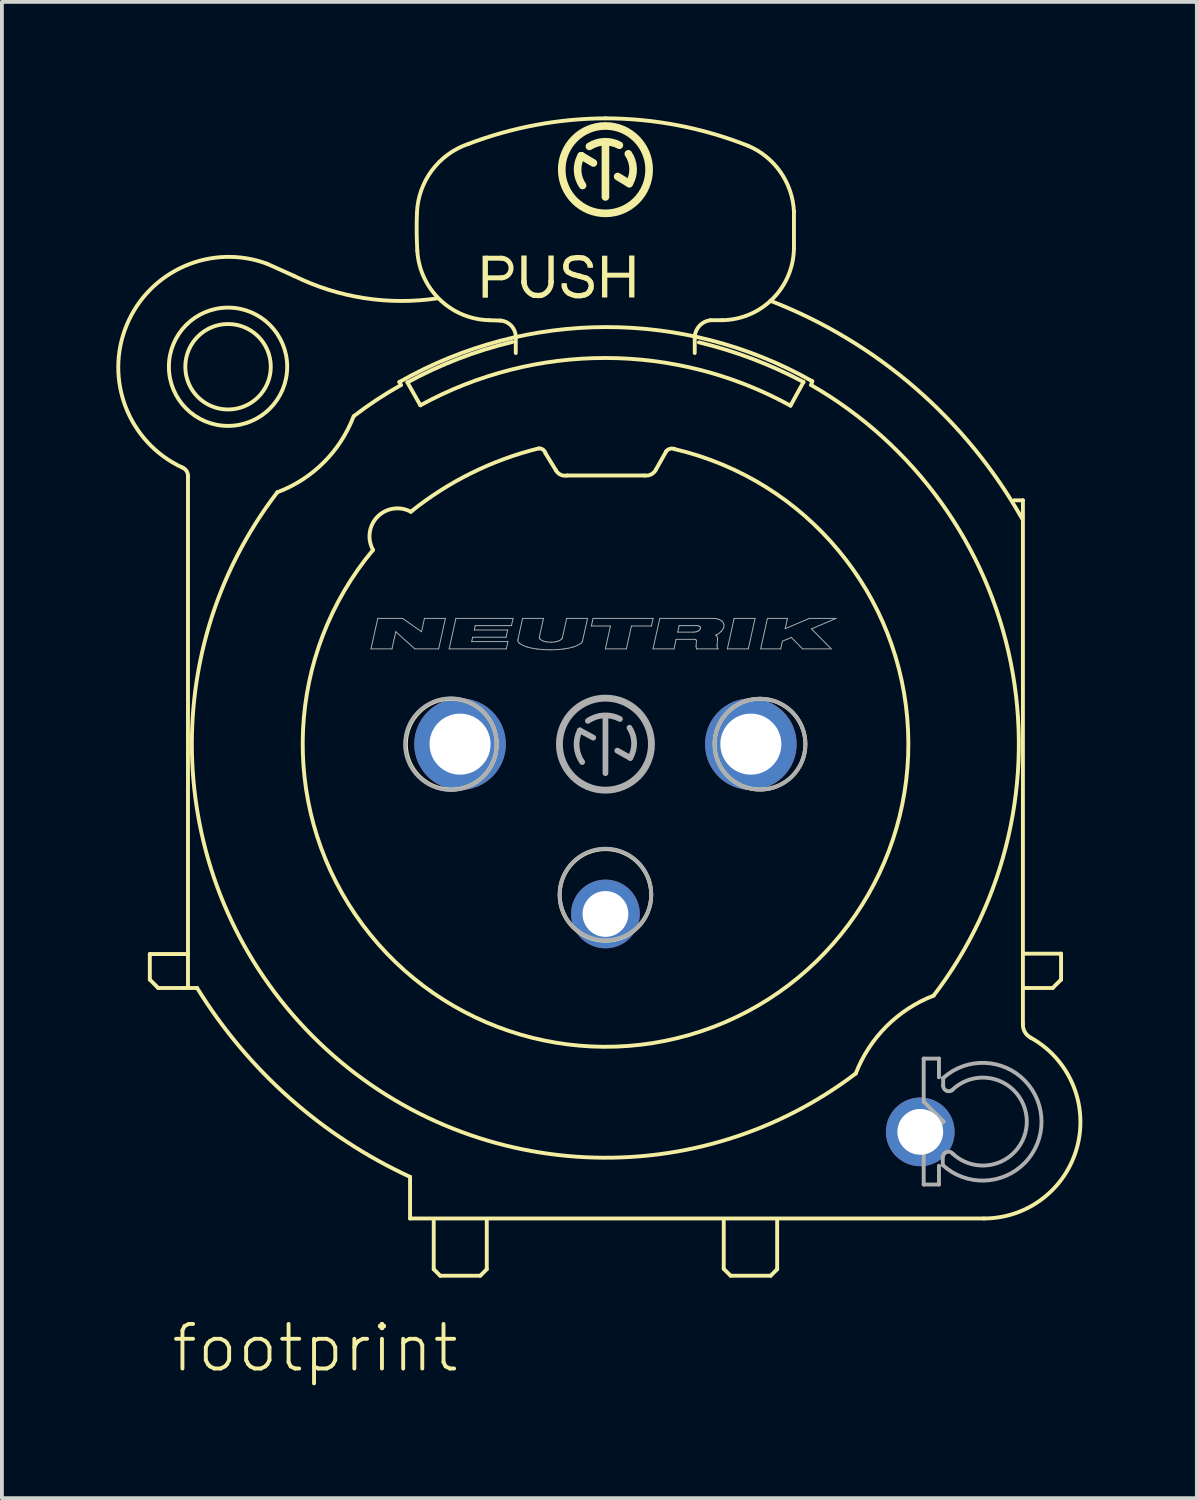
<source format=kicad_pcb>
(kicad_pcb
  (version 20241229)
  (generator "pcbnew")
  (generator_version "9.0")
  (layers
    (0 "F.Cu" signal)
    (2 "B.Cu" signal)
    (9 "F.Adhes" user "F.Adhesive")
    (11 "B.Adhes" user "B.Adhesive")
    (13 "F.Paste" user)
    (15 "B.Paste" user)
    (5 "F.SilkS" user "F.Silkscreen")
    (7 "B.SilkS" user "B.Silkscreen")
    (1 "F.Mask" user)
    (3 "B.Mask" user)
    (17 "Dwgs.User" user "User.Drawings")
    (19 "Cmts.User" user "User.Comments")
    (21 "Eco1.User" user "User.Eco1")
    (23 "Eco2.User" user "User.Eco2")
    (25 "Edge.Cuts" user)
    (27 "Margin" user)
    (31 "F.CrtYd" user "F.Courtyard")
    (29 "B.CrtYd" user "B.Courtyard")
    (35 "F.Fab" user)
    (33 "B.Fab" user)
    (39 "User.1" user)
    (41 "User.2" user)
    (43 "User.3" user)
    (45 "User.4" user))
  (footprint "footprint"
    (layer "F.Cu")
    (at 12.816 16.451)
    (property "Reference" "footprint" (at -11.43 16.51 0) (layer "F.SilkS") (effects (font (size 1.168 1.168) (thickness 0.102)) (justify left bottom)))
    (fp_line (start -11.94 5.5) (end -10.94 5.5) (stroke (width 0.102) (type solid)) (layer "F.SilkS"))
    (fp_line (start -11.94 6.17) (end -11.94 5.5) (stroke (width 0.102) (type solid)) (layer "F.SilkS"))
    (fp_line (start -11.72 6.39) (end -11.94 6.17) (stroke (width 0.102) (type solid)) (layer "F.SilkS"))
    (fp_line (start -11.05 6.39) (end -11.72 6.39) (stroke (width 0.102) (type solid)) (layer "F.SilkS"))
    (fp_line (start -11.05 6.39) (end -10.7 6.39) (stroke (width 0.102) (type solid)) (layer "F.SilkS"))
    (fp_line (start -11.04 6.39) (end -11.05 6.39) (stroke (width 0.102) (type solid)) (layer "F.SilkS"))
    (fp_line (start -10.94 5.5) (end -10.94 -7.03) (stroke (width 0.102) (type solid)) (layer "F.SilkS"))
    (fp_line (start -10.94 6.35) (end -10.94 5.52) (stroke (width 0.102) (type solid)) (layer "F.SilkS"))
    (fp_line (start -5.4 -9.49) (end -5.36 -9.41) (stroke (width 0.102) (type solid)) (layer "F.SilkS"))
    (fp_line (start -5.19 -9.48) (end -4.85 -8.88) (stroke (width 0.102) (type solid)) (layer "F.SilkS"))
    (fp_line (start -5.12 11.34) (end -5.12 12.43) (stroke (width 0.102) (type solid)) (layer "F.SilkS"))
    (fp_line (start -5.12 12.43) (end 9.92 12.43) (stroke (width 0.102) (type solid)) (layer "F.SilkS"))
    (fp_line (start -4.5 12.49) (end -4.5 13.76) (stroke (width 0.102) (type solid)) (layer "F.SilkS"))
    (fp_line (start -4.5 13.76) (end -4.33 13.93) (stroke (width 0.102) (type solid)) (layer "F.SilkS"))
    (fp_line (start -4.33 13.93) (end -3.28 13.93) (stroke (width 0.102) (type solid)) (layer "F.SilkS"))
    (fp_line (start -3.28 13.93) (end -3.11 13.76) (stroke (width 0.102) (type solid)) (layer "F.SilkS"))
    (fp_line (start -3.13 -12.735) (end -2.73 -12.735) (stroke (width 0.13) (type solid)) (layer "F.SilkS"))
    (fp_line (start -3.11 13.76) (end -3.11 12.47) (stroke (width 0.102) (type solid)) (layer "F.SilkS"))
    (fp_line (start -2.75 -11.1) (end -3.06 -11.11) (stroke (width 0.102) (type solid)) (layer "F.SilkS"))
    (fp_line (start -2.72 -12.22) (end -3.11 -12.22) (stroke (width 0.13) (type solid)) (layer "F.SilkS"))
    (fp_line (start -2.35 -10.25) (end -2.35 -10.67) (stroke (width 0.102) (type solid)) (layer "F.SilkS"))
    (fp_line (start -1.3 -7.18) (end -1.57 -7.62) (stroke (width 0.102) (type solid)) (layer "F.SilkS"))
    (fp_line (start -1.08 -12.01) (end -1.075 -11.985) (stroke (width 0.14) (type solid)) (layer "F.SilkS"))
    (fp_line (start -0.315 -15.23) (end -0.635 -15.42) (stroke (width 0.2) (type solid)) (layer "F.SilkS"))
    (fp_line (start 0 -14.34) (end 0 -15.73) (stroke (width 0.2) (type solid)) (layer "F.SilkS"))
    (fp_line (start 0.32 -14.875) (end 0.625 -14.69) (stroke (width 0.2) (type solid)) (layer "F.SilkS"))
    (fp_line (start 1.03 -7.04) (end -1.01 -7.04) (stroke (width 0.102) (type solid)) (layer "F.SilkS"))
    (fp_line (start 1.59 -7.67) (end 1.32 -7.19) (stroke (width 0.102) (type solid)) (layer "F.SilkS"))
    (fp_line (start 3.1 12.49) (end 3.1 13.75) (stroke (width 0.102) (type solid)) (layer "F.SilkS"))
    (fp_line (start 3.1 13.75) (end 3.28 13.93) (stroke (width 0.102) (type solid)) (layer "F.SilkS"))
    (fp_line (start 3.28 13.93) (end 4.33 13.93) (stroke (width 0.102) (type solid)) (layer "F.SilkS"))
    (fp_line (start 4.33 13.93) (end 4.5 13.76) (stroke (width 0.102) (type solid)) (layer "F.SilkS"))
    (fp_line (start 4.5 13.76) (end 4.5 12.48) (stroke (width 0.102) (type solid)) (layer "F.SilkS"))
    (fp_line (start 4.85 -8.87) (end 5.19 -9.49) (stroke (width 0.102) (type solid)) (layer "F.SilkS"))
    (fp_line (start 4.94 -13.96) (end 4.94 -13) (stroke (width 0.102) (type solid)) (layer "F.SilkS"))
    (fp_line (start 5.39 -9.41) (end 5.42 -9.51) (stroke (width 0.102) (type solid)) (layer "F.SilkS"))
    (fp_line (start 10.94 -6.39) (end 10.71 -6.39) (stroke (width 0.102) (type solid)) (layer "F.SilkS"))
    (fp_line (start 10.94 7.33) (end 10.94 -6.39) (stroke (width 0.102) (type solid)) (layer "F.SilkS"))
    (fp_line (start 10.99 6.39) (end 11.72 6.39) (stroke (width 0.102) (type solid)) (layer "F.SilkS"))
    (fp_line (start 11.72 6.39) (end 11.94 6.17) (stroke (width 0.102) (type solid)) (layer "F.SilkS"))
    (fp_line (start 11.94 5.49) (end 10.99 5.49) (stroke (width 0.102) (type solid)) (layer "F.SilkS"))
    (fp_line (start 11.94 6.17) (end 11.94 5.49) (stroke (width 0.102) (type solid)) (layer "F.SilkS"))
    (fp_arc (start -11.090001 -7.25) (mid -10.981063 -7.163139) (end -10.94 -7.03) (stroke (width 0.1016) (type solid)) (layer "F.SilkS"))
    (fp_arc (start -11.09 -7.25) (mid -12.543512 -10.985729) (end -8.87 -12.59) (stroke (width 0.1016) (type solid)) (layer "F.SilkS"))
    (fp_arc (start -8.87 -12.59) (mid -8.514255 -12.431652) (end -8.16 -12.27) (stroke (width 0.1016) (type solid)) (layer "F.SilkS"))
    (fp_arc (start -6.6 -8.589999) (mid -7.385857 -7.37978) (end -8.6 -6.6) (stroke (width 0.1016) (type solid)) (layer "F.SilkS"))
    (fp_arc (start -6.59 -8.6) (mid -5.989419 -9.026896) (end -5.36 -9.41) (stroke (width 0.1016) (type solid)) (layer "F.SilkS"))
    (fp_arc (start -6.09 -5.09) (mid -5.970889 -5.96213) (end -5.1 -6.09) (stroke (width 0.1016) (type solid)) (layer "F.SilkS"))
    (fp_arc (start -5.4 -9.49) (mid 0.007357 -10.929608) (end 5.42 -9.51) (stroke (width 0.1016) (type solid)) (layer "F.SilkS"))
    (fp_arc (start -5.19 -9.48) (mid -3.849732 -10.100106) (end -2.44 -10.54) (stroke (width 0.1016) (type solid)) (layer "F.SilkS"))
    (fp_arc (start -5.120001 11.34) (mid -8.274839 9.276272) (end -10.7 6.39) (stroke (width 0.1016) (type solid)) (layer "F.SilkS"))
    (fp_arc (start -5.1 -6.09) (mid -3.515654 -7.102947) (end -1.75 -7.75) (stroke (width 0.1016) (type solid)) (layer "F.SilkS"))
    (fp_arc (start -4.94 -13.91) (mid -4.550179 -15.031535) (end -3.589998 -15.73) (stroke (width 0.1016) (type solid)) (layer "F.SilkS"))
    (fp_arc (start -4.93 -12.93) (mid -4.946992 -13.419878) (end -4.94 -13.91) (stroke (width 0.1016) (type solid)) (layer "F.SilkS"))
    (fp_arc (start -4.85 -8.88) (mid 0.001283 -10.119665) (end 4.850001 -8.870001) (stroke (width 0.1016) (type solid)) (layer "F.SilkS"))
    (fp_arc (start -4.3995 -11.6841) (mid -6.324542 -11.689559) (end -8.16 -12.27) (stroke (width 0.1016) (type solid)) (layer "F.SilkS"))
    (fp_arc (start -3.59 -15.73) (mid -1.825069 -16.226116) (end 0 -16.4) (stroke (width 0.1016) (type solid)) (layer "F.SilkS"))
    (fp_arc (start -3.06 -11.11) (mid -4.347877 -11.657428) (end -4.929998 -12.93) (stroke (width 0.1016) (type solid)) (layer "F.SilkS"))
    (fp_arc (start -2.75 -11.1) (mid -2.465454 -10.963647) (end -2.35 -10.67) (stroke (width 0.1016) (type solid)) (layer "F.SilkS"))
    (fp_arc (start -2.73 -12.735) (mid -2.47245 -12.482404) (end -2.719998 -12.219998) (stroke (width 0.13) (type solid)) (layer "F.SilkS"))
    (fp_arc (start -1.88 -11.765) (mid -2.064528 -11.907658) (end -2.135 -12.13) (stroke (width 0.14) (type solid)) (layer "F.SilkS"))
    (fp_arc (start -1.739999 -7.749999) (mid -1.632341 -7.71463) (end -1.57 -7.62) (stroke (width 0.1016) (type solid)) (layer "F.SilkS"))
    (fp_arc (start -1.69 -11.76) (mid -1.785118 -11.758012) (end -1.88 -11.765) (stroke (width 0.14) (type solid)) (layer "F.SilkS"))
    (fp_arc (start -1.425 -12.13) (mid -1.491164 -11.897489) (end -1.69 -11.76) (stroke (width 0.14) (type solid)) (layer "F.SilkS"))
    (fp_arc (start -1.035 -12.545) (mid -1.023241 -12.602997) (end -0.994999 -12.655) (stroke (width 0.14) (type solid)) (layer "F.SilkS"))
    (fp_arc (start -1.035 -12.475) (mid -1.035897 -12.51) (end -1.035 -12.545) (stroke (width 0.14) (type solid)) (layer "F.SilkS"))
    (fp_arc (start -1.01 -7.04) (mid -1.178221 -7.061899) (end -1.299999 -7.18) (stroke (width 0.1016) (type solid)) (layer "F.SilkS"))
    (fp_arc (start -0.995 -12.655) (mid -0.944061 -12.70256) (end -0.88 -12.73) (stroke (width 0.14) (type solid)) (layer "F.SilkS"))
    (fp_arc (start -0.98 -12.375) (mid -1.018984 -12.418684) (end -1.035 -12.475001) (stroke (width 0.14) (type solid)) (layer "F.SilkS"))
    (fp_arc (start -0.945 -11.809999) (mid -1.02964 -11.88291) (end -1.075 -11.985) (stroke (width 0.14) (type solid)) (layer "F.SilkS"))
    (fp_arc (start -0.88 -12.73) (mid -0.805495 -12.743715) (end -0.73 -12.75) (stroke (width 0.14) (type solid)) (layer "F.SilkS"))
    (fp_arc (start -0.835 -12.305) (mid -0.91042 -12.33395) (end -0.98 -12.375) (stroke (width 0.14) (type solid)) (layer "F.SilkS"))
    (fp_arc (start -0.785 -11.755) (mid -0.867193 -11.776119) (end -0.945 -11.81) (stroke (width 0.14) (type solid)) (layer "F.SilkS"))
    (fp_arc (start -0.73 -12.75) (mid -0.654498 -12.747518) (end -0.58 -12.735) (stroke (width 0.14) (type solid)) (layer "F.SilkS"))
    (fp_arc (start -0.67 -12.26) (mid -0.752692 -12.281798) (end -0.835 -12.305) (stroke (width 0.14) (type solid)) (layer "F.SilkS"))
    (fp_arc (start -0.67 -12.26) (mid -0.592125 -12.238792) (end -0.515 -12.215) (stroke (width 0.14) (type solid)) (layer "F.SilkS"))
    (fp_arc (start -0.635 -11.755) (mid -0.71 -11.748536) (end -0.785 -11.755) (stroke (width 0.14) (type solid)) (layer "F.SilkS"))
    (fp_arc (start -0.600001 -14.640001) (mid -0.729534 -15.024974) (end -0.635 -15.42) (stroke (width 0.2) (type solid)) (layer "F.SilkS"))
    (fp_arc (start -0.58 -12.735) (mid -0.52536 -12.712732) (end -0.479999 -12.675) (stroke (width 0.14) (type solid)) (layer "F.SilkS"))
    (fp_arc (start -0.545 -11.775) (mid -0.589766 -11.763948) (end -0.635 -11.755) (stroke (width 0.14) (type solid)) (layer "F.SilkS"))
    (fp_arc (start -0.515 -12.214999) (mid -0.439979 -12.17111) (end -0.39 -12.1) (stroke (width 0.14) (type solid)) (layer "F.SilkS"))
    (fp_arc (start -0.48 -12.675) (mid -0.448393 -12.636205) (end -0.42 -12.595) (stroke (width 0.14) (type solid)) (layer "F.SilkS"))
    (fp_arc (start -0.42 -15.665) (mid -0.031557 -15.786174) (end 0.365001 -15.695) (stroke (width 0.2) (type solid)) (layer "F.SilkS"))
    (fp_arc (start -0.42 -12.595) (mid -0.409613 -12.577721) (end -0.4 -12.56) (stroke (width 0.14) (type solid)) (layer "F.SilkS"))
    (fp_arc (start -0.42 -11.865) (mid -0.474346 -11.808675) (end -0.545 -11.775) (stroke (width 0.14) (type solid)) (layer "F.SilkS"))
    (fp_arc (start -0.39 -12.1) (mid -0.372108 -12.017966) (end -0.385 -11.935) (stroke (width 0.14) (type solid)) (layer "F.SilkS"))
    (fp_arc (start -0.385 -11.935) (mid -0.40031 -11.898905) (end -0.42 -11.865) (stroke (width 0.14) (type solid)) (layer "F.SilkS"))
    (fp_arc (start 0 -16.4) (mid 1.903896 -16.21607) (end 3.74 -15.68) (stroke (width 0.1016) (type solid)) (layer "F.SilkS"))
    (fp_arc (start 0.6 -15.469999) (mid 0.725239 -15.083613) (end 0.625 -14.69) (stroke (width 0.2) (type solid)) (layer "F.SilkS"))
    (fp_arc (start 1.32 -7.19) (mid 1.198655 -7.069267) (end 1.03 -7.04) (stroke (width 0.1016) (type solid)) (layer "F.SilkS"))
    (fp_arc (start 1.59 -7.67) (mid 1.694294 -7.741041) (end 1.82 -7.73) (stroke (width 0.1016) (type solid)) (layer "F.SilkS"))
    (fp_arc (start 1.820001 -7.729999) (mid 2.514914 7.522132) (end -6.09 -5.09) (stroke (width 0.1016) (type solid)) (layer "F.SilkS"))
    (fp_arc (start 2.339999 -10.680001) (mid 2.468258 -10.968173) (end 2.75 -11.11) (stroke (width 0.1016) (type solid)) (layer "F.SilkS"))
    (fp_arc (start 2.34 -10.68) (mid 2.341373 -10.465) (end 2.34 -10.25) (stroke (width 0.1016) (type solid)) (layer "F.SilkS"))
    (fp_arc (start 2.45 -10.53) (mid 3.852843 -10.096528) (end 5.19 -9.49) (stroke (width 0.1016) (type solid)) (layer "F.SilkS"))
    (fp_arc (start 2.75 -11.11) (mid 2.9 -11.110782) (end 3.05 -11.11) (stroke (width 0.1016) (type solid)) (layer "F.SilkS"))
    (fp_arc (start 3.74 -15.68) (mid 4.587041 -14.992353) (end 4.94 -13.959999) (stroke (width 0.1016) (type solid)) (layer "F.SilkS"))
    (fp_arc (start 4.3216 -11.6192) (mid 8.12433 -9.329634) (end 10.93 -5.89) (stroke (width 0.1016) (type solid)) (layer "F.SilkS"))
    (fp_arc (start 4.94 -13) (mid 4.380591 -11.669408) (end 3.049999 -11.109999) (stroke (width 0.1016) (type solid)) (layer "F.SilkS"))
    (fp_arc (start 5.390001 -9.409999) (mid 10.621564 -2.137578) (end 8.6 6.59) (stroke (width 0.1016) (type solid)) (layer "F.SilkS"))
    (fp_arc (start 6.559998 8.630002) (mid -7.680583 7.644968) (end -8.6 -6.6) (stroke (width 0.1016) (type solid)) (layer "F.SilkS"))
    (fp_arc (start 6.56 8.63) (mid 7.3644 7.3944) (end 8.6 6.59) (stroke (width 0.1016) (type solid)) (layer "F.SilkS"))
    (fp_arc (start 11.14 7.689999) (mid 12.367244 10.532876) (end 9.92 12.43) (stroke (width 0.1016) (type solid)) (layer "F.SilkS"))
    (fp_arc (start 11.14 7.69) (mid 10.988255 7.538747) (end 10.94 7.33) (stroke (width 0.1016) (type solid)) (layer "F.SilkS"))
    (fp_circle (center -9.89 -9.89) (end -8.77 -9.89) (stroke (width 0.102) (type solid)) (fill no) (layer "F.SilkS"))
    (fp_circle (center -9.89 -9.89) (end -8.34 -9.89) (stroke (width 0.102) (type solid)) (fill no) (layer "F.SilkS"))
    (fp_circle (center -4.04 0) (end -2.85 0) (stroke (width 0.102) (type solid)) (fill no) (layer "F.SilkS"))
    (fp_circle (center 0 -15.055) (end 1.145 -15.055) (stroke (width 0.2) (type solid)) (fill no) (layer "F.SilkS"))
    (fp_circle (center 0 3.95) (end 1.2 3.95) (stroke (width 0.102) (type solid)) (fill no) (layer "F.SilkS"))
    (fp_circle (center 4.05 0) (end 5.24 0) (stroke (width 0.102) (type solid)) (fill no) (layer "F.SilkS"))
    (fp_poly (pts (xy -3.22 -11.7) (xy -3.08 -11.7) (xy -3.08 -12.8) (xy -3.22 -12.8)) (stroke (width 0) (type solid)) (fill yes) (layer "F.SilkS"))
    (fp_poly (pts (xy -2.205 -12.06) (xy -2.065 -12.06) (xy -2.065 -12.805) (xy -2.205 -12.805)) (stroke (width 0) (type solid)) (fill yes) (layer "F.SilkS"))
    (fp_poly (pts (xy -1.495 -12.08) (xy -1.355 -12.08) (xy -1.355 -12.805) (xy -1.495 -12.805)) (stroke (width 0) (type solid)) (fill yes) (layer "F.SilkS"))
    (fp_poly (pts (xy -1.15 -12.025) (xy -1.01 -12.025) (xy -1.01 -12.075) (xy -1.15 -12.075)) (stroke (width 0) (type solid)) (fill yes) (layer "F.SilkS"))
    (fp_poly (pts (xy -0.47 -12.485) (xy -0.325 -12.485) (xy -0.325 -12.545) (xy -0.47 -12.545)) (stroke (width 0) (type solid)) (fill yes) (layer "F.SilkS"))
    (fp_poly (pts (xy -0.09 -11.705) (xy 0.05 -11.705) (xy 0.05 -12.8) (xy -0.09 -12.8)) (stroke (width 0) (type solid)) (fill yes) (layer "F.SilkS"))
    (fp_poly (pts (xy 0.035 -12.225) (xy 0.64 -12.225) (xy 0.64 -12.355) (xy 0.035 -12.355)) (stroke (width 0) (type solid)) (fill yes) (layer "F.SilkS"))
    (fp_poly (pts (xy 0.62 -11.705) (xy 0.76 -11.705) (xy 0.76 -12.805) (xy 0.62 -12.805)) (stroke (width 0) (type solid)) (fill yes) (layer "F.SilkS"))
    (fp_line (start -6.144 -2.497) (end -5.966 -3.296) (stroke (width 0.025) (type solid)) (layer "F.Fab"))
    (fp_line (start -6.144 -2.497) (end -5.594 -2.497) (stroke (width 0.025) (type solid)) (layer "F.Fab"))
    (fp_line (start -5.966 -3.296) (end -5.317 -3.296) (stroke (width 0.025) (type solid)) (layer "F.Fab"))
    (fp_line (start -5.594 -2.497) (end -5.495 -2.946) (stroke (width 0.025) (type solid)) (layer "F.Fab"))
    (fp_line (start -5.495 -2.946) (end -4.995 -2.497) (stroke (width 0.025) (type solid)) (layer "F.Fab"))
    (fp_line (start -5.317 -3.296) (end -4.82 -2.946) (stroke (width 0.025) (type solid)) (layer "F.Fab"))
    (fp_line (start -4.995 -2.497) (end -4.371 -2.497) (stroke (width 0.025) (type solid)) (layer "F.Fab"))
    (fp_line (start -4.82 -2.946) (end -4.743 -3.296) (stroke (width 0.025) (type solid)) (layer "F.Fab"))
    (fp_line (start -4.743 -3.296) (end -4.194 -3.296) (stroke (width 0.025) (type solid)) (layer "F.Fab"))
    (fp_line (start -4.371 -2.497) (end -4.194 -3.296) (stroke (width 0.025) (type solid)) (layer "F.Fab"))
    (fp_line (start -4.096 -2.497) (end -3.919 -3.296) (stroke (width 0.025) (type solid)) (layer "F.Fab"))
    (fp_line (start -4.096 -2.497) (end -2.598 -2.497) (stroke (width 0.025) (type solid)) (layer "F.Fab"))
    (fp_line (start -3.919 -3.296) (end -2.421 -3.296) (stroke (width 0.025) (type solid)) (layer "F.Fab"))
    (fp_line (start -3.505 -2.687) (end -3.479 -2.802) (stroke (width 0.025) (type solid)) (layer "F.Fab"))
    (fp_line (start -3.505 -2.687) (end -2.556 -2.687) (stroke (width 0.025) (type solid)) (layer "F.Fab"))
    (fp_line (start -3.479 -2.802) (end -2.605 -2.802) (stroke (width 0.025) (type solid)) (layer "F.Fab"))
    (fp_line (start -3.437 -2.991) (end -3.412 -3.106) (stroke (width 0.025) (type solid)) (layer "F.Fab"))
    (fp_line (start -3.437 -2.991) (end -2.563 -2.991) (stroke (width 0.025) (type solid)) (layer "F.Fab"))
    (fp_line (start -3.412 -3.106) (end -2.463 -3.106) (stroke (width 0.025) (type solid)) (layer "F.Fab"))
    (fp_line (start -2.605 -2.802) (end -2.563 -2.991) (stroke (width 0.025) (type solid)) (layer "F.Fab"))
    (fp_line (start -2.598 -2.497) (end -2.556 -2.687) (stroke (width 0.025) (type solid)) (layer "F.Fab"))
    (fp_line (start -2.463 -3.106) (end -2.421 -3.296) (stroke (width 0.025) (type solid)) (layer "F.Fab"))
    (fp_line (start -2.294 -2.741) (end -2.171 -3.296) (stroke (width 0.025) (type solid)) (layer "F.Fab"))
    (fp_line (start -2.171 -3.296) (end -1.623 -3.296) (stroke (width 0.025) (type solid)) (layer "F.Fab"))
    (fp_line (start -1.731 -2.81) (end -1.623 -3.296) (stroke (width 0.025) (type solid)) (layer "F.Fab"))
    (fp_line (start -1.13 -2.784) (end -1.017 -3.296) (stroke (width 0.025) (type solid)) (layer "F.Fab"))
    (fp_line (start -1.017 -3.296) (end -0.469 -3.296) (stroke (width 0.025) (type solid)) (layer "F.Fab"))
    (fp_line (start -0.67 -0.36) (end -0.32 -0.17) (stroke (width 0.15) (type solid)) (layer "F.Fab"))
    (fp_line (start -0.601 -2.702) (end -0.469 -3.296) (stroke (width 0.025) (type solid)) (layer "F.Fab"))
    (fp_line (start -0.368 -3.096) (end -0.324 -3.296) (stroke (width 0.025) (type solid)) (layer "F.Fab"))
    (fp_line (start -0.368 -3.096) (end 0.131 -3.096) (stroke (width 0.025) (type solid)) (layer "F.Fab"))
    (fp_line (start -0.324 -3.296) (end 1.249 -3.296) (stroke (width 0.025) (type solid)) (layer "F.Fab"))
    (fp_line (start -0.001 -2.497) (end 0.131 -3.096) (stroke (width 0.025) (type solid)) (layer "F.Fab"))
    (fp_line (start -0.001 -2.497) (end 0.548 -2.497) (stroke (width 0.025) (type solid)) (layer "F.Fab"))
    (fp_line (start 0 0.76) (end 0 -0.74) (stroke (width 0.15) (type solid)) (layer "F.Fab"))
    (fp_line (start 0.31 0.17) (end 0.65 0.36) (stroke (width 0.15) (type solid)) (layer "F.Fab"))
    (fp_line (start 0.548 -2.497) (end 0.681 -3.096) (stroke (width 0.025) (type solid)) (layer "F.Fab"))
    (fp_line (start 0.681 -3.096) (end 1.205 -3.096) (stroke (width 0.025) (type solid)) (layer "F.Fab"))
    (fp_line (start 1.205 -3.096) (end 1.249 -3.296) (stroke (width 0.025) (type solid)) (layer "F.Fab"))
    (fp_line (start 1.247 -2.497) (end 1.424 -3.296) (stroke (width 0.025) (type solid)) (layer "F.Fab"))
    (fp_line (start 1.247 -2.497) (end 1.796 -2.497) (stroke (width 0.025) (type solid)) (layer "F.Fab"))
    (fp_line (start 1.424 -3.296) (end 2.826 -3.296) (stroke (width 0.025) (type solid)) (layer "F.Fab"))
    (fp_line (start 1.796 -2.497) (end 1.852 -2.747) (stroke (width 0.025) (type solid)) (layer "F.Fab"))
    (fp_line (start 1.852 -2.747) (end 2.328 -2.747) (stroke (width 0.025) (type solid)) (layer "F.Fab"))
    (fp_line (start 1.894 -2.936) (end 1.931 -3.106) (stroke (width 0.025) (type solid)) (layer "F.Fab"))
    (fp_line (start 1.894 -2.936) (end 2.321 -2.936) (stroke (width 0.025) (type solid)) (layer "F.Fab"))
    (fp_line (start 1.931 -3.106) (end 2.394 -3.106) (stroke (width 0.025) (type solid)) (layer "F.Fab"))
    (fp_line (start 2.375 -2.561) (end 2.385 -2.707) (stroke (width 0.025) (type solid)) (layer "F.Fab"))
    (fp_line (start 2.394 -2.497) (end 2.394 -2.497) (stroke (width 0.025) (type solid)) (layer "F.Fab"))
    (fp_line (start 2.394 -2.497) (end 2.95 -2.497) (stroke (width 0.025) (type solid)) (layer "F.Fab"))
    (fp_line (start 2.926 -2.581) (end 2.939 -2.767) (stroke (width 0.025) (type solid)) (layer "F.Fab"))
    (fp_line (start 3.195 -2.497) (end 3.372 -3.296) (stroke (width 0.025) (type solid)) (layer "F.Fab"))
    (fp_line (start 3.195 -2.497) (end 3.744 -2.497) (stroke (width 0.025) (type solid)) (layer "F.Fab"))
    (fp_line (start 3.372 -3.296) (end 3.921 -3.296) (stroke (width 0.025) (type solid)) (layer "F.Fab"))
    (fp_line (start 3.744 -2.497) (end 3.921 -3.296) (stroke (width 0.025) (type solid)) (layer "F.Fab"))
    (fp_line (start 4.068 -2.497) (end 4.245 -3.296) (stroke (width 0.025) (type solid)) (layer "F.Fab"))
    (fp_line (start 4.068 -2.497) (end 4.593 -2.497) (stroke (width 0.025) (type solid)) (layer "F.Fab"))
    (fp_line (start 4.245 -3.296) (end 4.77 -3.296) (stroke (width 0.025) (type solid)) (layer "F.Fab"))
    (fp_line (start 4.593 -2.497) (end 4.637 -2.697) (stroke (width 0.025) (type solid)) (layer "F.Fab"))
    (fp_line (start 4.637 -2.697) (end 4.871 -2.797) (stroke (width 0.025) (type solid)) (layer "F.Fab"))
    (fp_line (start 4.71 -3.026) (end 4.77 -3.296) (stroke (width 0.025) (type solid)) (layer "F.Fab"))
    (fp_line (start 4.71 -3.026) (end 5.344 -3.296) (stroke (width 0.025) (type solid)) (layer "F.Fab"))
    (fp_line (start 4.871 -2.797) (end 5.167 -2.497) (stroke (width 0.025) (type solid)) (layer "F.Fab"))
    (fp_line (start 5.167 -2.497) (end 5.916 -2.497) (stroke (width 0.025) (type solid)) (layer "F.Fab"))
    (fp_line (start 5.344 -3.296) (end 6.043 -3.296) (stroke (width 0.025) (type solid)) (layer "F.Fab"))
    (fp_line (start 5.399 -3.021) (end 5.916 -2.497) (stroke (width 0.025) (type solid)) (layer "F.Fab"))
    (fp_line (start 5.399 -3.021) (end 6.043 -3.296) (stroke (width 0.025) (type solid)) (layer "F.Fab"))
    (fp_line (start 8.34 8.24) (end 8.34 9.37) (stroke (width 0.102) (type solid)) (layer "F.Fab"))
    (fp_line (start 8.34 8.24) (end 8.74 8.24) (stroke (width 0.102) (type solid)) (layer "F.Fab"))
    (fp_line (start 8.34 9.37) (end 8.86 9.89) (stroke (width 0.102) (type solid)) (layer "F.Fab"))
    (fp_line (start 8.34 10.41) (end 8.34 11.54) (stroke (width 0.102) (type solid)) (layer "F.Fab"))
    (fp_line (start 8.34 11.54) (end 8.74 11.54) (stroke (width 0.102) (type solid)) (layer "F.Fab"))
    (fp_line (start 8.74 8.24) (end 8.74 8.73) (stroke (width 0.102) (type solid)) (layer "F.Fab"))
    (fp_line (start 8.74 11.54) (end 8.74 11.05) (stroke (width 0.102) (type solid)) (layer "F.Fab"))
    (fp_line (start 8.84 11.03) (end 8.84 10.82) (stroke (width 0.102) (type solid)) (layer "F.Fab"))
    (fp_line (start 8.85 8.75) (end 8.85 8.95) (stroke (width 0.102) (type solid)) (layer "F.Fab"))
    (fp_line (start 8.86 9.89) (end 8.34 10.41) (stroke (width 0.102) (type solid)) (layer "F.Fab"))
    (fp_arc (start -2.2964 -2.7217) (mid -2.295867 -2.731456) (end -2.2943 -2.7411) (stroke (width 0.0254) (type solid)) (layer "F.Fab"))
    (fp_arc (start -2.2578 -2.6471) (mid -2.286121 -2.679718) (end -2.2963 -2.7217) (stroke (width 0.0254) (type solid)) (layer "F.Fab"))
    (fp_arc (start -2.0477 -2.5452) (mid -2.156985 -2.587418) (end -2.2578 -2.6471) (stroke (width 0.0254) (type solid)) (layer "F.Fab"))
    (fp_arc (start -1.796 -2.4932) (mid -1.922923 -2.514007) (end -2.0477 -2.5452) (stroke (width 0.0254) (type solid)) (layer "F.Fab"))
    (fp_arc (start -1.7326 -2.7966) (mid -1.732234 -2.803244) (end -1.7311 -2.8098) (stroke (width 0.0254) (type solid)) (layer "F.Fab"))
    (fp_arc (start -1.715901 -2.7561) (mid -1.728335 -2.774676) (end -1.7327 -2.7966) (stroke (width 0.0254) (type solid)) (layer "F.Fab"))
    (fp_arc (start -1.6443 -2.7083) (mid -1.682454 -2.728675) (end -1.7159 -2.7561) (stroke (width 0.0254) (type solid)) (layer "F.Fab"))
    (fp_arc (start -1.5538 -2.6822) (mid -1.599779 -2.692723) (end -1.6443 -2.7083) (stroke (width 0.0254) (type solid)) (layer "F.Fab"))
    (fp_arc (start -1.4474 -2.4721) (mid -1.62202 -2.477365) (end -1.796 -2.4932) (stroke (width 0.0254) (type solid)) (layer "F.Fab"))
    (fp_arc (start -1.4308 -2.6718) (mid -1.492521 -2.674388) (end -1.5538 -2.6822) (stroke (width 0.0254) (type solid)) (layer "F.Fab"))
    (fp_arc (start -1.3079 -2.6822) (mid -1.369129 -2.67439) (end -1.4308 -2.6718) (stroke (width 0.0254) (type solid)) (layer "F.Fab"))
    (fp_arc (start -1.2174 -2.7083) (mid -1.261921 -2.692723) (end -1.3079 -2.6822) (stroke (width 0.0254) (type solid)) (layer "F.Fab"))
    (fp_arc (start -1.1458 -2.7561) (mid -1.179246 -2.728674) (end -1.2174 -2.7083) (stroke (width 0.0254) (type solid)) (layer "F.Fab"))
    (fp_arc (start -1.1304 -2.783899) (mid -1.136132 -2.768909) (end -1.1458 -2.7561) (stroke (width 0.0254) (type solid)) (layer "F.Fab"))
    (fp_arc (start -1.0989 -2.4931) (mid -1.27283 -2.477266) (end -1.4474 -2.472) (stroke (width 0.0254) (type solid)) (layer "F.Fab"))
    (fp_arc (start -0.8472 -2.5452) (mid -0.971977 -2.514007) (end -1.0989 -2.4932) (stroke (width 0.0254) (type solid)) (layer "F.Fab"))
    (fp_arc (start -0.6371 -2.6471) (mid -0.737916 -2.587421) (end -0.8472 -2.5452) (stroke (width 0.0254) (type solid)) (layer "F.Fab"))
    (fp_arc (start -0.61 0.47) (mid -0.754745 0.063295) (end -0.670001 -0.359999) (stroke (width 0.15) (type solid)) (layer "F.Fab"))
    (fp_arc (start -0.6007 -2.7023) (mid -0.613738 -2.671296) (end -0.6371 -2.6471) (stroke (width 0.0254) (type solid)) (layer "F.Fab"))
    (fp_arc (start -0.46 -0.61) (mid -0.047007 -0.752716) (end 0.38 -0.66) (stroke (width 0.15) (type solid)) (layer "F.Fab"))
    (fp_arc (start 0.63 -0.429999) (mid 0.752066 -0.037837) (end 0.65 0.36) (stroke (width 0.15) (type solid)) (layer "F.Fab"))
    (fp_arc (start 2.3283 -2.7467) (mid 2.340566 -2.745829) (end 2.3526 -2.7433) (stroke (width 0.0254) (type solid)) (layer "F.Fab"))
    (fp_arc (start 2.3526 -2.7432) (mid 2.364222 -2.738519) (end 2.3746 -2.7315) (stroke (width 0.0254) (type solid)) (layer "F.Fab"))
    (fp_arc (start 2.3746 -2.7315) (mid 2.380482 -2.724772) (end 2.3841 -2.7166) (stroke (width 0.0254) (type solid)) (layer "F.Fab"))
    (fp_arc (start 2.3785 -2.9442) (mid 2.349756 -2.938398) (end 2.3205 -2.9364) (stroke (width 0.0254) (type solid)) (layer "F.Fab"))
    (fp_arc (start 2.3943 -2.497) (mid 2.380142 -2.527484) (end 2.375 -2.5607) (stroke (width 0.0254) (type solid)) (layer "F.Fab"))
    (fp_arc (start 2.3944 -3.1062) (mid 2.414793 -3.104721) (end 2.4348 -3.1005) (stroke (width 0.0254) (type solid)) (layer "F.Fab"))
    (fp_arc (start 2.4288 -2.9645) (mid 2.404263 -2.952875) (end 2.3785 -2.9443) (stroke (width 0.0254) (type solid)) (layer "F.Fab"))
    (fp_arc (start 2.4348 -3.1005) (mid 2.454244 -3.09272) (end 2.4716 -3.081) (stroke (width 0.0254) (type solid)) (layer "F.Fab"))
    (fp_arc (start 2.4641 -2.9914) (mid 2.447446 -2.976643) (end 2.4288 -2.9645) (stroke (width 0.0254) (type solid)) (layer "F.Fab"))
    (fp_arc (start 2.471599 -3.081) (mid 2.481397 -3.069754) (end 2.4874 -3.0561) (stroke (width 0.0254) (type solid)) (layer "F.Fab"))
    (fp_arc (start 2.4861 -3.0267) (mid 2.476985 -3.007875) (end 2.4641 -2.9914) (stroke (width 0.0254) (type solid)) (layer "F.Fab"))
    (fp_arc (start 2.4874 -3.056101) (mid 2.488998 -3.041301) (end 2.4861 -3.0267) (stroke (width 0.0254) (type solid)) (layer "F.Fab"))
    (fp_arc (start 2.8259 -3.296) (mid 2.886677 -3.291588) (end 2.9463 -3.279) (stroke (width 0.0254) (type solid)) (layer "F.Fab"))
    (fp_arc (start 2.8917 -2.8549) (mid 2.899191 -2.849485) (end 2.9064 -2.8437) (stroke (width 0.0254) (type solid)) (layer "F.Fab"))
    (fp_arc (start 2.9064 -2.8437) (mid 2.924646 -2.822802) (end 2.9358 -2.7974) (stroke (width 0.0254) (type solid)) (layer "F.Fab"))
    (fp_arc (start 2.9282 -2.8737) (mid 2.910094 -2.86407) (end 2.8917 -2.855) (stroke (width 0.0254) (type solid)) (layer "F.Fab"))
    (fp_arc (start 2.9358 -2.7974) (mid 2.93855 -2.782173) (end 2.9387 -2.7667) (stroke (width 0.0254) (type solid)) (layer "F.Fab"))
    (fp_arc (start 2.9463 -3.279) (mid 3.004211 -3.255758) (end 3.0559 -3.2208) (stroke (width 0.0254) (type solid)) (layer "F.Fab"))
    (fp_arc (start 2.950299 -2.497) (mid 2.930466 -2.536583) (end 2.9257 -2.5806) (stroke (width 0.0254) (type solid)) (layer "F.Fab"))
    (fp_arc (start 3.0334 -2.9539) (mid 2.983769 -2.909906) (end 2.9282 -2.8737) (stroke (width 0.0254) (type solid)) (layer "F.Fab"))
    (fp_arc (start 3.0559 -3.2208) (mid 3.085071 -3.187347) (end 3.1029 -3.1467) (stroke (width 0.0254) (type solid)) (layer "F.Fab"))
    (fp_arc (start 3.0992 -3.0591) (mid 3.071923 -3.002983) (end 3.0334 -2.9539) (stroke (width 0.0254) (type solid)) (layer "F.Fab"))
    (fp_arc (start 3.102899 -3.1467) (mid 3.107748 -3.102617) (end 3.0992 -3.0591) (stroke (width 0.0254) (type solid)) (layer "F.Fab"))
    (fp_arc (start 8.839998 10.809999) (mid 8.951546 10.684535) (end 9.11 10.74) (stroke (width 0.1016) (type solid)) (layer "F.Fab"))
    (fp_arc (start 8.85 8.75) (mid 11.428113 9.901329) (end 8.84 11.03) (stroke (width 0.1016) (type solid)) (layer "F.Fab"))
    (fp_arc (start 9.079998 9.069999) (mid 8.928572 9.079818) (end 8.85 8.95) (stroke (width 0.1016) (type solid)) (layer "F.Fab"))
    (fp_arc (start 9.08 9.07) (mid 11.041917 9.870025) (end 9.11 10.74) (stroke (width 0.1016) (type solid)) (layer "F.Fab"))
    (fp_circle (center -4.05 0) (end -2.85 0) (stroke (width 0.102) (type solid)) (fill no) (layer "F.Fab"))
    (fp_circle (center 0 0) (end 1.206 0) (stroke (width 0.18) (type solid)) (fill no) (layer "F.Fab"))
    (fp_circle (center 0 3.94) (end 1.2 3.94) (stroke (width 0.102) (type solid)) (fill no) (layer "F.Fab"))
    (fp_circle (center 4.05 0) (end 5.24 0) (stroke (width 0.102) (type solid)) (fill no) (layer "F.Fab"))
    (pad "1" thru_hole circle (at 3.81 0) (size 2.4 2.4) (drill 1.6) (layers "*.Cu" "*.Mask"))
    (pad "2" thru_hole circle (at -3.81 0) (size 2.4 2.4) (drill 1.6) (layers "*.Cu" "*.Mask"))
    (pad "3" thru_hole circle (at 0 4.45) (size 1.8 1.8) (drill 1.2) (layers "*.Cu" "*.Mask"))
    (pad "G" thru_hole circle (at 8.25 10.16) (size 1.8 1.8) (drill 1.2) (layers "*.Cu" "*.Mask")))
  (gr_rect
    (start -3 -3)
    (end 28.314 36.211)
    (stroke (width 0.1) (type default))
    (fill no)
    (layer "Edge.Cuts")))
</source>
